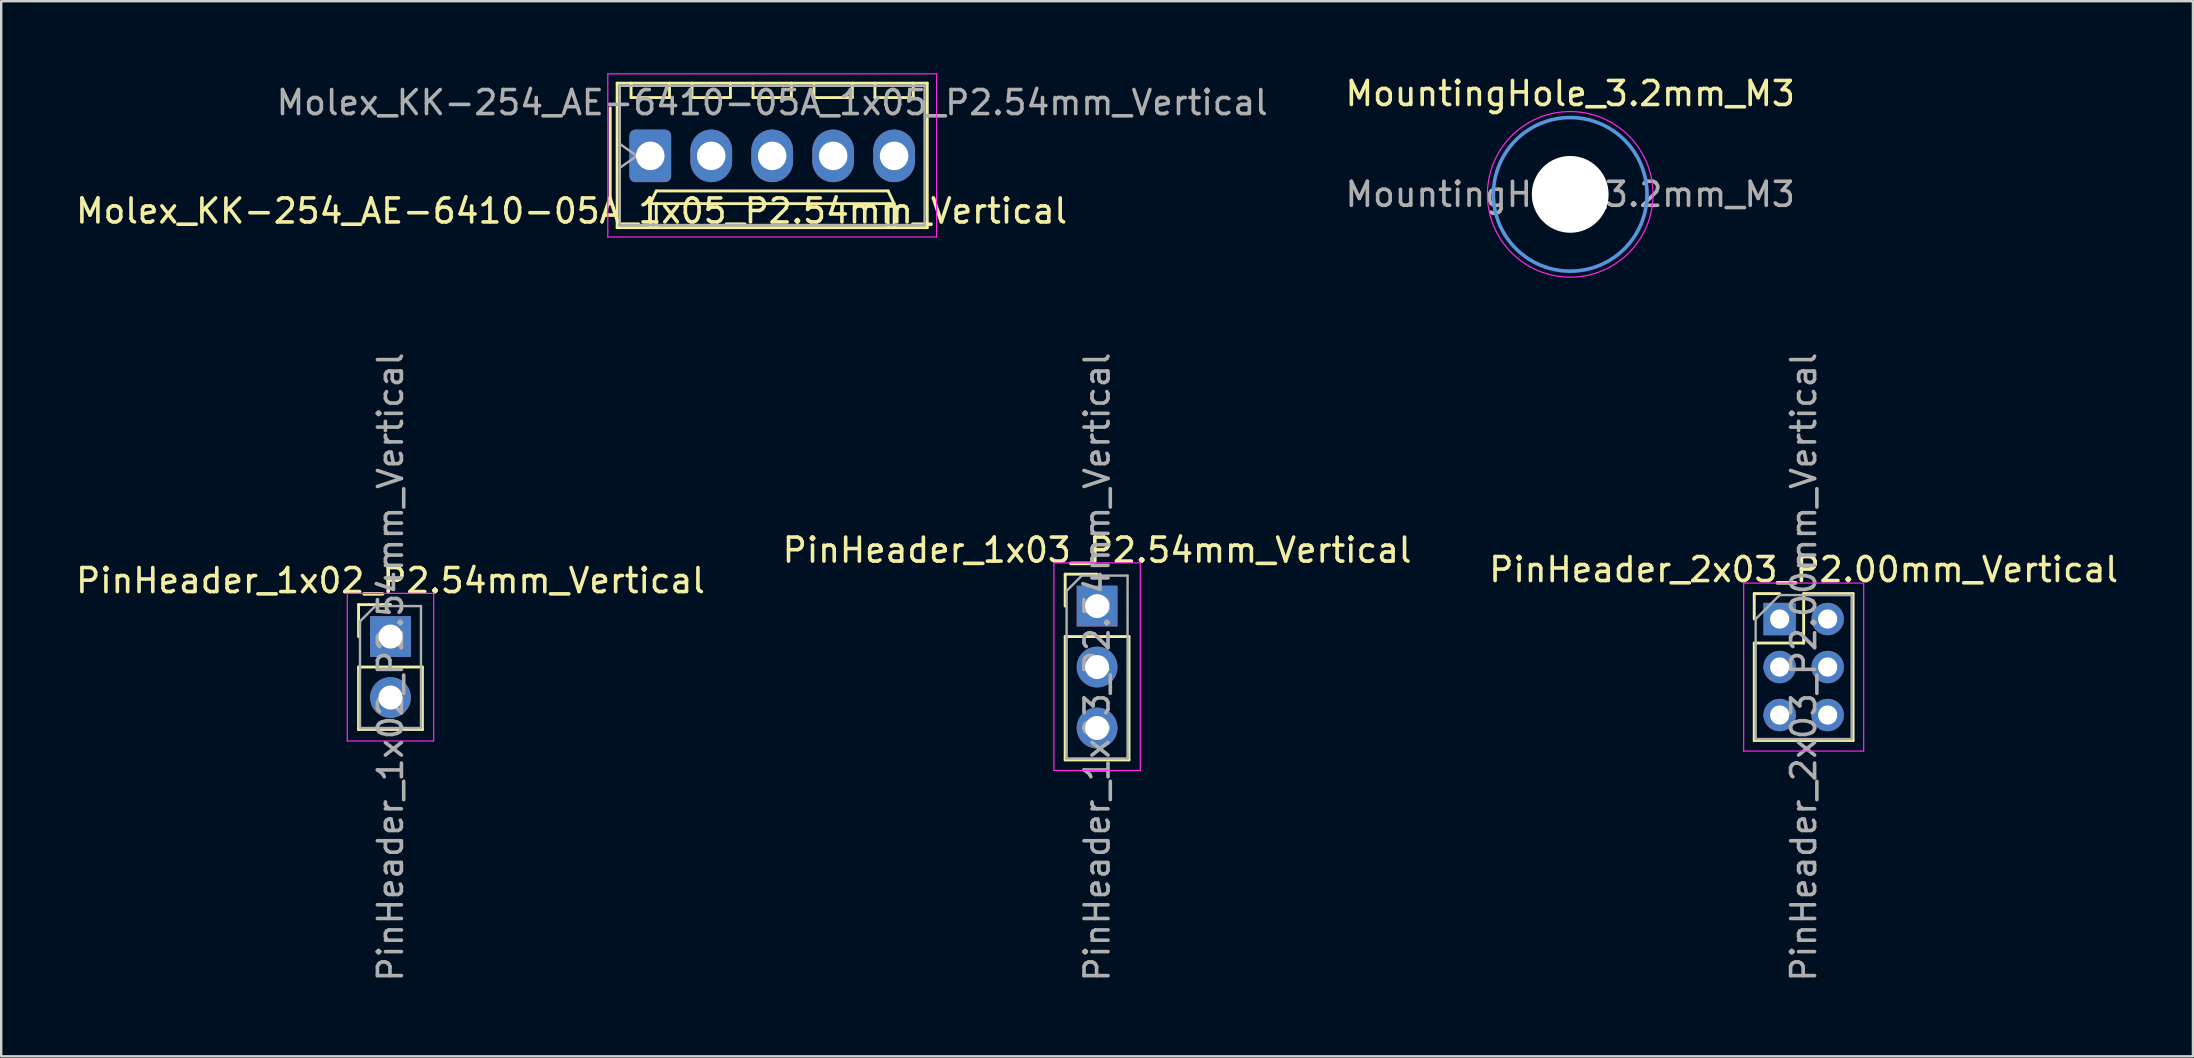
<source format=kicad_pcb>
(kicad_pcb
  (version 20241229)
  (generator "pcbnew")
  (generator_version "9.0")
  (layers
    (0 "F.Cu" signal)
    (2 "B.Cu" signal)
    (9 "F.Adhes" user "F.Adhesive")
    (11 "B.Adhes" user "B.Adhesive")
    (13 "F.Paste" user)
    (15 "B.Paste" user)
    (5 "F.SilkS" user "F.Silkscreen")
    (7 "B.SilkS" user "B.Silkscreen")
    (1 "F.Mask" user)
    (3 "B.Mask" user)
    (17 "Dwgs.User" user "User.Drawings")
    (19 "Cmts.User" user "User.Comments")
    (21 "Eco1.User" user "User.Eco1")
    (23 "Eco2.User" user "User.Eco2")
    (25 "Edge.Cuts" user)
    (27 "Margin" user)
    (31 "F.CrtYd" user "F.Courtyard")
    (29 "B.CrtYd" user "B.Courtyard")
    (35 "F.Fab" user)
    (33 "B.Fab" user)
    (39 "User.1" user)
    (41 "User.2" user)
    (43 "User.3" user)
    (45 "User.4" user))
  (footprint "PinHeader_2x03_P2.00mm_Vertical"
    (layer "F.Cu")
    (at 71.101 22.743)
    (property "Reference" "PinHeader_2x03_P2.00mm_Vertical" (at 1 -2.06 0) (layer "F.SilkS") (effects (font (size 1 1) (thickness 0.15))))
    (attr through_hole exclude_from_pos_files)
    (fp_line (start -1.06 -1.06) (end 0 -1.06) (stroke (width 0.12) (type solid)) (layer "F.SilkS"))
    (fp_line (start -1.06 0) (end -1.06 -1.06) (stroke (width 0.12) (type solid)) (layer "F.SilkS"))
    (fp_line (start -1.06 1) (end -1.06 5.06) (stroke (width 0.12) (type solid)) (layer "F.SilkS"))
    (fp_line (start -1.06 1) (end 1 1) (stroke (width 0.12) (type solid)) (layer "F.SilkS"))
    (fp_line (start -1.06 5.06) (end 3.06 5.06) (stroke (width 0.12) (type solid)) (layer "F.SilkS"))
    (fp_line (start 1 -1.06) (end 3.06 -1.06) (stroke (width 0.12) (type solid)) (layer "F.SilkS"))
    (fp_line (start 1 1) (end 1 -1.06) (stroke (width 0.12) (type solid)) (layer "F.SilkS"))
    (fp_line (start 3.06 -1.06) (end 3.06 5.06) (stroke (width 0.12) (type solid)) (layer "F.SilkS"))
    (fp_line (start -1.5 -1.5) (end -1.5 5.5) (stroke (width 0.05) (type solid)) (layer "F.CrtYd"))
    (fp_line (start -1.5 5.5) (end 3.5 5.5) (stroke (width 0.05) (type solid)) (layer "F.CrtYd"))
    (fp_line (start 3.5 -1.5) (end -1.5 -1.5) (stroke (width 0.05) (type solid)) (layer "F.CrtYd"))
    (fp_line (start 3.5 5.5) (end 3.5 -1.5) (stroke (width 0.05) (type solid)) (layer "F.CrtYd"))
    (fp_line (start -1 0) (end 0 -1) (stroke (width 0.1) (type solid)) (layer "F.Fab"))
    (fp_line (start -1 5) (end -1 0) (stroke (width 0.1) (type solid)) (layer "F.Fab"))
    (fp_line (start 0 -1) (end 3 -1) (stroke (width 0.1) (type solid)) (layer "F.Fab"))
    (fp_line (start 3 -1) (end 3 5) (stroke (width 0.1) (type solid)) (layer "F.Fab"))
    (fp_line (start 3 5) (end -1 5) (stroke (width 0.1) (type solid)) (layer "F.Fab"))
    (fp_text user "${REFERENCE}" (at 1 2 90) (layer "F.Fab") (effects (font (size 1 1) (thickness 0.15))))
    (pad "1" thru_hole rect (at 0 0) (size 1.35 1.35) (drill 0.8) (layers "*.Cu" "*.Mask"))
    (pad "2" thru_hole oval (at 2 0) (size 1.35 1.35) (drill 0.8) (layers "*.Cu" "*.Mask"))
    (pad "3" thru_hole oval (at 0 2) (size 1.35 1.35) (drill 0.8) (layers "*.Cu" "*.Mask"))
    (pad "4" thru_hole oval (at 2 2) (size 1.35 1.35) (drill 0.8) (layers "*.Cu" "*.Mask"))
    (pad "5" thru_hole oval (at 0 4) (size 1.35 1.35) (drill 0.8) (layers "*.Cu" "*.Mask"))
    (pad "6" thru_hole oval (at 2 4) (size 1.35 1.35) (drill 0.8) (layers "*.Cu" "*.Mask")))
  (footprint "PinHeader_1x02_P2.54mm_Vertical"
    (layer "F.Cu")
    (at 13.22 23.473)
    (property "Reference" "PinHeader_1x02_P2.54mm_Vertical" (at 0 -2.33 180) (layer "F.SilkS") (effects (font (size 1 1) (thickness 0.15))))
    (attr through_hole)
    (fp_line (start -1.33 -1.33) (end 0 -1.33) (stroke (width 0.12) (type solid)) (layer "F.SilkS"))
    (fp_line (start -1.33 0) (end -1.33 -1.33) (stroke (width 0.12) (type solid)) (layer "F.SilkS"))
    (fp_line (start -1.33 1.27) (end -1.33 3.87) (stroke (width 0.12) (type solid)) (layer "F.SilkS"))
    (fp_line (start -1.33 1.27) (end 1.33 1.27) (stroke (width 0.12) (type solid)) (layer "F.SilkS"))
    (fp_line (start -1.33 3.87) (end 1.33 3.87) (stroke (width 0.12) (type solid)) (layer "F.SilkS"))
    (fp_line (start 1.33 1.27) (end 1.33 3.87) (stroke (width 0.12) (type solid)) (layer "F.SilkS"))
    (fp_line (start -1.8 -1.8) (end -1.8 4.35) (stroke (width 0.05) (type solid)) (layer "F.CrtYd"))
    (fp_line (start -1.8 4.35) (end 1.8 4.35) (stroke (width 0.05) (type solid)) (layer "F.CrtYd"))
    (fp_line (start 1.8 -1.8) (end -1.8 -1.8) (stroke (width 0.05) (type solid)) (layer "F.CrtYd"))
    (fp_line (start 1.8 4.35) (end 1.8 -1.8) (stroke (width 0.05) (type solid)) (layer "F.CrtYd"))
    (fp_line (start -1.27 -0.635) (end -0.635 -1.27) (stroke (width 0.1) (type solid)) (layer "F.Fab"))
    (fp_line (start -1.27 3.81) (end -1.27 -0.635) (stroke (width 0.1) (type solid)) (layer "F.Fab"))
    (fp_line (start -0.635 -1.27) (end 1.27 -1.27) (stroke (width 0.1) (type solid)) (layer "F.Fab"))
    (fp_line (start 1.27 -1.27) (end 1.27 3.81) (stroke (width 0.1) (type solid)) (layer "F.Fab"))
    (fp_line (start 1.27 3.81) (end -1.27 3.81) (stroke (width 0.1) (type solid)) (layer "F.Fab"))
    (fp_text user "${REFERENCE}" (at 0 1.27 270) (layer "F.Fab") (effects (font (size 1 1) (thickness 0.15))))
    (pad "1" thru_hole rect (at 0 0) (size 1.7 1.7) (drill 1) (layers "*.Cu" "*.Mask"))
    (pad "2" thru_hole oval (at 0 2.54) (size 1.7 1.7) (drill 1) (layers "*.Cu" "*.Mask")))
  (footprint "Molex_KK-254_AE-6410-05A_1x05_P2.54mm_Vertical"
    (layer "F.Cu")
    (at 24.044 3.445)
    (property "Reference" "Molex_KK-254_AE-6410-05A_1x05_P2.54mm_Vertical" (at -3.277 2.296 0) (layer "F.SilkS") (effects (font (size 1 1) (thickness 0.15))))
    (attr through_hole)
    (fp_line (start -1.67 -2) (end -1.67 2) (stroke (width 0.12) (type solid)) (layer "F.SilkS"))
    (fp_line (start -1.38 -3.03) (end -1.38 2.99) (stroke (width 0.12) (type solid)) (layer "F.SilkS"))
    (fp_line (start -1.38 2.99) (end 11.54 2.99) (stroke (width 0.12) (type solid)) (layer "F.SilkS"))
    (fp_line (start -0.8 -3.03) (end -0.8 -2.43) (stroke (width 0.12) (type solid)) (layer "F.SilkS"))
    (fp_line (start -0.8 -2.43) (end 0.8 -2.43) (stroke (width 0.12) (type solid)) (layer "F.SilkS"))
    (fp_line (start 0 1.99) (end 0.25 1.46) (stroke (width 0.12) (type solid)) (layer "F.SilkS"))
    (fp_line (start 0 1.99) (end 10.16 1.99) (stroke (width 0.12) (type solid)) (layer "F.SilkS"))
    (fp_line (start 0 2.99) (end 0 1.99) (stroke (width 0.12) (type solid)) (layer "F.SilkS"))
    (fp_line (start 0.25 1.46) (end 9.91 1.46) (stroke (width 0.12) (type solid)) (layer "F.SilkS"))
    (fp_line (start 0.25 2.99) (end 0.25 1.99) (stroke (width 0.12) (type solid)) (layer "F.SilkS"))
    (fp_line (start 0.8 -2.43) (end 0.8 -3.03) (stroke (width 0.12) (type solid)) (layer "F.SilkS"))
    (fp_line (start 1.74 -3.03) (end 1.74 -2.43) (stroke (width 0.12) (type solid)) (layer "F.SilkS"))
    (fp_line (start 1.74 -2.43) (end 3.34 -2.43) (stroke (width 0.12) (type solid)) (layer "F.SilkS"))
    (fp_line (start 3.34 -2.43) (end 3.34 -3.03) (stroke (width 0.12) (type solid)) (layer "F.SilkS"))
    (fp_line (start 4.28 -3.03) (end 4.28 -2.43) (stroke (width 0.12) (type solid)) (layer "F.SilkS"))
    (fp_line (start 4.28 -2.43) (end 5.88 -2.43) (stroke (width 0.12) (type solid)) (layer "F.SilkS"))
    (fp_line (start 5.88 -2.43) (end 5.88 -3.03) (stroke (width 0.12) (type solid)) (layer "F.SilkS"))
    (fp_line (start 6.82 -3.03) (end 6.82 -2.43) (stroke (width 0.12) (type solid)) (layer "F.SilkS"))
    (fp_line (start 6.82 -2.43) (end 8.42 -2.43) (stroke (width 0.12) (type solid)) (layer "F.SilkS"))
    (fp_line (start 8.42 -2.43) (end 8.42 -3.03) (stroke (width 0.12) (type solid)) (layer "F.SilkS"))
    (fp_line (start 9.36 -3.03) (end 9.36 -2.43) (stroke (width 0.12) (type solid)) (layer "F.SilkS"))
    (fp_line (start 9.36 -2.43) (end 10.96 -2.43) (stroke (width 0.12) (type solid)) (layer "F.SilkS"))
    (fp_line (start 9.91 1.46) (end 10.16 1.99) (stroke (width 0.12) (type solid)) (layer "F.SilkS"))
    (fp_line (start 9.91 2.99) (end 9.91 1.99) (stroke (width 0.12) (type solid)) (layer "F.SilkS"))
    (fp_line (start 10.16 1.99) (end 10.16 2.99) (stroke (width 0.12) (type solid)) (layer "F.SilkS"))
    (fp_line (start 10.96 -2.43) (end 10.96 -3.03) (stroke (width 0.12) (type solid)) (layer "F.SilkS"))
    (fp_line (start 11.54 -3.03) (end -1.38 -3.03) (stroke (width 0.12) (type solid)) (layer "F.SilkS"))
    (fp_line (start 11.54 2.99) (end 11.54 -3.03) (stroke (width 0.12) (type solid)) (layer "F.SilkS"))
    (fp_line (start -1.77 -3.42) (end -1.77 3.38) (stroke (width 0.05) (type solid)) (layer "F.CrtYd"))
    (fp_line (start -1.77 3.38) (end 11.93 3.38) (stroke (width 0.05) (type solid)) (layer "F.CrtYd"))
    (fp_line (start 11.93 -3.42) (end -1.77 -3.42) (stroke (width 0.05) (type solid)) (layer "F.CrtYd"))
    (fp_line (start 11.93 3.38) (end 11.93 -3.42) (stroke (width 0.05) (type solid)) (layer "F.CrtYd"))
    (fp_line (start -1.27 -2.92) (end -1.27 2.88) (stroke (width 0.1) (type solid)) (layer "F.Fab"))
    (fp_line (start -1.27 -0.5) (end -0.563 0) (stroke (width 0.1) (type solid)) (layer "F.Fab"))
    (fp_line (start -1.27 2.88) (end 11.43 2.88) (stroke (width 0.1) (type solid)) (layer "F.Fab"))
    (fp_line (start -0.563 0) (end -1.27 0.5) (stroke (width 0.1) (type solid)) (layer "F.Fab"))
    (fp_line (start 11.43 -2.92) (end -1.27 -2.92) (stroke (width 0.1) (type solid)) (layer "F.Fab"))
    (fp_line (start 11.43 2.88) (end 11.43 -2.92) (stroke (width 0.1) (type solid)) (layer "F.Fab"))
    (fp_text user "${REFERENCE}" (at 5.08 -2.22 0) (layer "F.Fab") (effects (font (size 1 1) (thickness 0.15))))
    (pad "1" thru_hole roundrect (at 0 0) (size 1.74 2.19) (drill 1.19) (layers "*.Cu" "*.Mask") (roundrect_rratio 0.144))
    (pad "2" thru_hole oval (at 2.54 0) (size 1.74 2.19) (drill 1.19) (layers "*.Cu" "*.Mask"))
    (pad "3" thru_hole oval (at 5.08 0) (size 1.74 2.19) (drill 1.19) (layers "*.Cu" "*.Mask"))
    (pad "4" thru_hole oval (at 7.62 0) (size 1.74 2.19) (drill 1.19) (layers "*.Cu" "*.Mask"))
    (pad "5" thru_hole oval (at 10.16 0) (size 1.74 2.19) (drill 1.19) (layers "*.Cu" "*.Mask")))
  (footprint "PinHeader_1x03_P2.54mm_Vertical"
    (layer "F.Cu")
    (at 42.661 22.203)
    (property "Reference" "PinHeader_1x03_P2.54mm_Vertical" (at 0 -2.33 0) (layer "F.SilkS") (effects (font (size 1 1) (thickness 0.15))))
    (attr through_hole)
    (fp_line (start -1.33 -1.33) (end 0 -1.33) (stroke (width 0.12) (type solid)) (layer "F.SilkS"))
    (fp_line (start -1.33 0) (end -1.33 -1.33) (stroke (width 0.12) (type solid)) (layer "F.SilkS"))
    (fp_line (start -1.33 1.27) (end -1.33 6.41) (stroke (width 0.12) (type solid)) (layer "F.SilkS"))
    (fp_line (start -1.33 1.27) (end 1.33 1.27) (stroke (width 0.12) (type solid)) (layer "F.SilkS"))
    (fp_line (start -1.33 6.41) (end 1.33 6.41) (stroke (width 0.12) (type solid)) (layer "F.SilkS"))
    (fp_line (start 1.33 1.27) (end 1.33 6.41) (stroke (width 0.12) (type solid)) (layer "F.SilkS"))
    (fp_line (start -1.8 -1.8) (end -1.8 6.85) (stroke (width 0.05) (type solid)) (layer "F.CrtYd"))
    (fp_line (start -1.8 6.85) (end 1.8 6.85) (stroke (width 0.05) (type solid)) (layer "F.CrtYd"))
    (fp_line (start 1.8 -1.8) (end -1.8 -1.8) (stroke (width 0.05) (type solid)) (layer "F.CrtYd"))
    (fp_line (start 1.8 6.85) (end 1.8 -1.8) (stroke (width 0.05) (type solid)) (layer "F.CrtYd"))
    (fp_line (start -1.27 -0.635) (end -0.635 -1.27) (stroke (width 0.1) (type solid)) (layer "F.Fab"))
    (fp_line (start -1.27 6.35) (end -1.27 -0.635) (stroke (width 0.1) (type solid)) (layer "F.Fab"))
    (fp_line (start -0.635 -1.27) (end 1.27 -1.27) (stroke (width 0.1) (type solid)) (layer "F.Fab"))
    (fp_line (start 1.27 -1.27) (end 1.27 6.35) (stroke (width 0.1) (type solid)) (layer "F.Fab"))
    (fp_line (start 1.27 6.35) (end -1.27 6.35) (stroke (width 0.1) (type solid)) (layer "F.Fab"))
    (fp_text user "${REFERENCE}" (at 0 2.54 270) (layer "F.Fab") (effects (font (size 1 1) (thickness 0.15))))
    (pad "1" thru_hole rect (at 0 0) (size 1.7 1.7) (drill 1) (layers "*.Cu" "*.Mask"))
    (pad "2" thru_hole oval (at 0 2.54) (size 1.7 1.7) (drill 1) (layers "*.Cu" "*.Mask"))
    (pad "3" thru_hole oval (at 0 5.08) (size 1.7 1.7) (drill 1) (layers "*.Cu" "*.Mask")))
  (footprint "MountingHole_3.2mm_M3"
    (layer "F.Cu")
    (at 62.374 5.048)
    (property "Reference" "MountingHole_3.2mm_M3" (at 0 -4.2 0) (layer "F.SilkS") (effects (font (size 1 1) (thickness 0.15))))
    (attr exclude_from_pos_files exclude_from_bom)
    (fp_circle (center 0 0) (end 3.2 0) (stroke (width 0.15) (type solid)) (fill no) (layer "Cmts.User"))
    (fp_circle (center 0 0) (end 3.45 0) (stroke (width 0.05) (type solid)) (fill no) (layer "F.CrtYd"))
    (fp_text user "${REFERENCE}" (at 0 0 0) (layer "F.Fab") (effects (font (size 1 1) (thickness 0.15))))
    (pad "" np_thru_hole circle (at 0 0) (size 3.2 3.2) (drill 3.2) (layers "*.Cu" "*.Mask")))
  (gr_rect
    (start -3 -3)
    (end 88.321 40.964)
    (stroke (width 0.1) (type default))
    (fill no)
    (layer "Edge.Cuts")))
</source>
